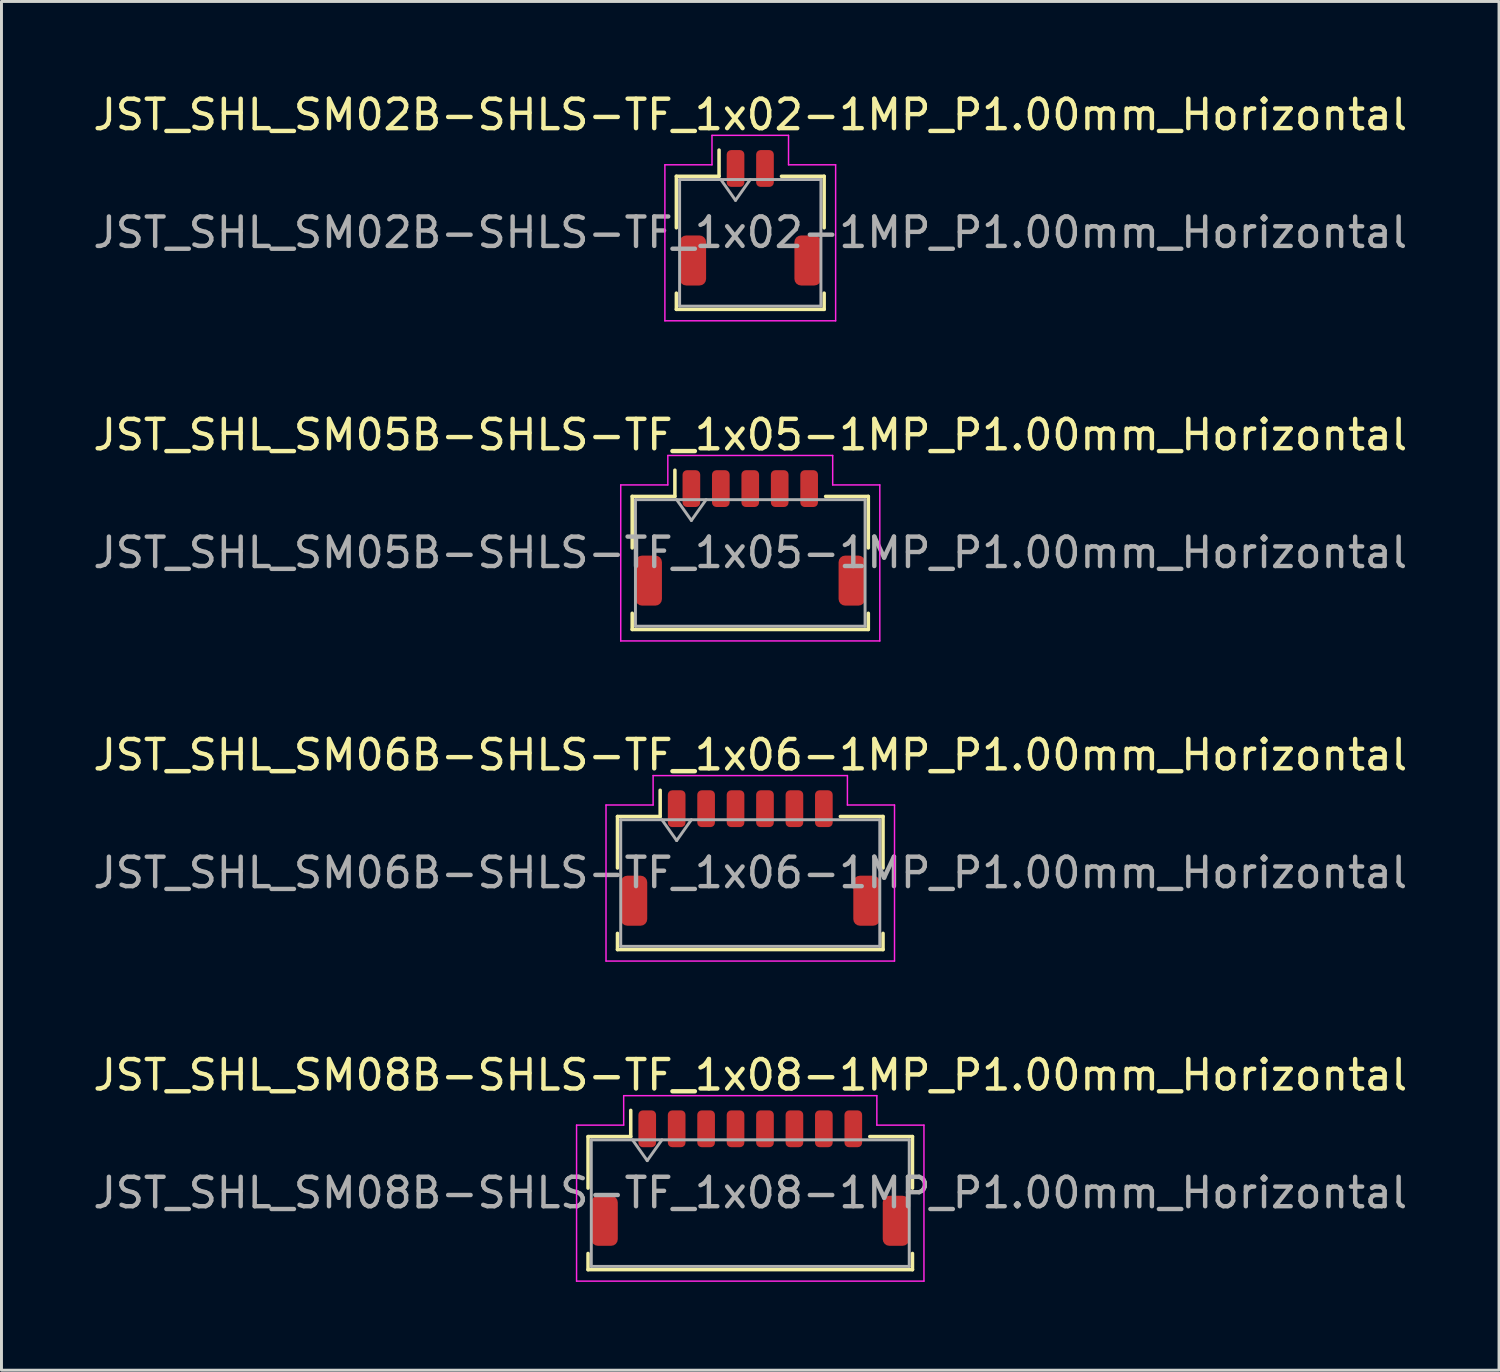
<source format=kicad_pcb>
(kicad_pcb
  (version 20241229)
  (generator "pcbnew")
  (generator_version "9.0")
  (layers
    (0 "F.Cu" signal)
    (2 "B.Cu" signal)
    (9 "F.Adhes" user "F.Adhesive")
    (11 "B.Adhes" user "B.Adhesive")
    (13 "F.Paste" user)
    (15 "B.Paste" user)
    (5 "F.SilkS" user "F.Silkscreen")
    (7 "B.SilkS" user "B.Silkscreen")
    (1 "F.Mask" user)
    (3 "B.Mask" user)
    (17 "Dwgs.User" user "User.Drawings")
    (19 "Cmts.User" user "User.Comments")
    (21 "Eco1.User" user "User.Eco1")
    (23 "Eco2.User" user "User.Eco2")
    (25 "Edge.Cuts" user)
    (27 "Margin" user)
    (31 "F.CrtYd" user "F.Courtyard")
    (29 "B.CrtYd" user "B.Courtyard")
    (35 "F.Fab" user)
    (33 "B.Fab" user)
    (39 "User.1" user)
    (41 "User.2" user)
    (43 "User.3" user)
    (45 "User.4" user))
  (footprint "JST_SHL_SM05B-SHLS-TF_1x05-1MP_P1.00mm_Horizontal"
    (layer "F.Cu")
    (at 22.435 15.222)
    (property "Reference" "JST_SHL_SM05B-SHLS-TF_1x05-1MP_P1.00mm_Horizontal" (at 0 -3.5 0) (layer "F.SilkS") (effects (font (size 1 1) (thickness 0.15))))
    (attr smd)
    (fp_line (start -4.01 -1.41) (end -2.56 -1.41) (stroke (width 0.12) (type solid)) (layer "F.SilkS"))
    (fp_line (start -4.01 0.34) (end -4.01 -1.41) (stroke (width 0.12) (type solid)) (layer "F.SilkS"))
    (fp_line (start -4.01 2.56) (end -4.01 3.11) (stroke (width 0.12) (type solid)) (layer "F.SilkS"))
    (fp_line (start -4.01 3.11) (end 4.01 3.11) (stroke (width 0.12) (type solid)) (layer "F.SilkS"))
    (fp_line (start -2.56 -1.41) (end -2.56 -2.3) (stroke (width 0.12) (type solid)) (layer "F.SilkS"))
    (fp_line (start 4.01 -1.41) (end 2.56 -1.41) (stroke (width 0.12) (type solid)) (layer "F.SilkS"))
    (fp_line (start 4.01 0.34) (end 4.01 -1.41) (stroke (width 0.12) (type solid)) (layer "F.SilkS"))
    (fp_line (start 4.01 3.11) (end 4.01 2.56) (stroke (width 0.12) (type solid)) (layer "F.SilkS"))
    (fp_line (start -4.4 -1.8) (end -2.8 -1.8) (stroke (width 0.05) (type solid)) (layer "F.CrtYd"))
    (fp_line (start -4.4 3.5) (end -4.4 -1.8) (stroke (width 0.05) (type solid)) (layer "F.CrtYd"))
    (fp_line (start -2.8 -2.8) (end 2.8 -2.8) (stroke (width 0.05) (type solid)) (layer "F.CrtYd"))
    (fp_line (start -2.8 -1.8) (end -2.8 -2.8) (stroke (width 0.05) (type solid)) (layer "F.CrtYd"))
    (fp_line (start 2.8 -2.8) (end 2.8 -1.8) (stroke (width 0.05) (type solid)) (layer "F.CrtYd"))
    (fp_line (start 2.8 -1.8) (end 4.4 -1.8) (stroke (width 0.05) (type solid)) (layer "F.CrtYd"))
    (fp_line (start 4.4 -1.8) (end 4.4 3.5) (stroke (width 0.05) (type solid)) (layer "F.CrtYd"))
    (fp_line (start 4.4 3.5) (end -4.4 3.5) (stroke (width 0.05) (type solid)) (layer "F.CrtYd"))
    (fp_line (start -3.9 -1.3) (end -3.9 3) (stroke (width 0.1) (type solid)) (layer "F.Fab"))
    (fp_line (start -3.9 -1.3) (end 3.9 -1.3) (stroke (width 0.1) (type solid)) (layer "F.Fab"))
    (fp_line (start -3.9 3) (end 3.9 3) (stroke (width 0.1) (type solid)) (layer "F.Fab"))
    (fp_line (start -2.5 -1.3) (end -2 -0.593) (stroke (width 0.1) (type solid)) (layer "F.Fab"))
    (fp_line (start -2 -0.593) (end -1.5 -1.3) (stroke (width 0.1) (type solid)) (layer "F.Fab"))
    (fp_line (start 3.9 -1.3) (end 3.9 3) (stroke (width 0.1) (type solid)) (layer "F.Fab"))
    (fp_text user "${REFERENCE}" (at 0 0.5 0) (layer "F.Fab") (effects (font (size 1 1) (thickness 0.15))))
    (pad "1" smd roundrect (at -2 -1.675) (size 0.6 1.25) (layers "F.Cu" "F.Mask" "F.Paste") (roundrect_rratio 0.25))
    (pad "2" smd roundrect (at -1 -1.675) (size 0.6 1.25) (layers "F.Cu" "F.Mask" "F.Paste") (roundrect_rratio 0.25))
    (pad "3" smd roundrect (at 0 -1.675) (size 0.6 1.25) (layers "F.Cu" "F.Mask" "F.Paste") (roundrect_rratio 0.25))
    (pad "4" smd roundrect (at 1 -1.675) (size 0.6 1.25) (layers "F.Cu" "F.Mask" "F.Paste") (roundrect_rratio 0.25))
    (pad "5" smd roundrect (at 2 -1.675) (size 0.6 1.25) (layers "F.Cu" "F.Mask" "F.Paste") (roundrect_rratio 0.25))
    (pad "MP" smd roundrect (at -3.45 1.45) (size 0.9 1.7) (layers "F.Cu" "F.Mask" "F.Paste") (roundrect_rratio 0.25))
    (pad "MP" smd roundrect (at 3.45 1.45) (size 0.9 1.7) (layers "F.Cu" "F.Mask" "F.Paste") (roundrect_rratio 0.25)))
  (footprint "JST_SHL_SM08B-SHLS-TF_1x08-1MP_P1.00mm_Horizontal"
    (layer "F.Cu")
    (at 22.435 36.968)
    (property "Reference" "JST_SHL_SM08B-SHLS-TF_1x08-1MP_P1.00mm_Horizontal" (at 0 -3.5 0) (layer "F.SilkS") (effects (font (size 1 1) (thickness 0.15))))
    (attr smd)
    (fp_line (start -5.51 -1.41) (end -4.06 -1.41) (stroke (width 0.12) (type solid)) (layer "F.SilkS"))
    (fp_line (start -5.51 0.34) (end -5.51 -1.41) (stroke (width 0.12) (type solid)) (layer "F.SilkS"))
    (fp_line (start -5.51 2.56) (end -5.51 3.11) (stroke (width 0.12) (type solid)) (layer "F.SilkS"))
    (fp_line (start -5.51 3.11) (end 5.51 3.11) (stroke (width 0.12) (type solid)) (layer "F.SilkS"))
    (fp_line (start -4.06 -1.41) (end -4.06 -2.3) (stroke (width 0.12) (type solid)) (layer "F.SilkS"))
    (fp_line (start 5.51 -1.41) (end 4.06 -1.41) (stroke (width 0.12) (type solid)) (layer "F.SilkS"))
    (fp_line (start 5.51 0.34) (end 5.51 -1.41) (stroke (width 0.12) (type solid)) (layer "F.SilkS"))
    (fp_line (start 5.51 3.11) (end 5.51 2.56) (stroke (width 0.12) (type solid)) (layer "F.SilkS"))
    (fp_line (start -5.9 -1.8) (end -4.3 -1.8) (stroke (width 0.05) (type solid)) (layer "F.CrtYd"))
    (fp_line (start -5.9 3.5) (end -5.9 -1.8) (stroke (width 0.05) (type solid)) (layer "F.CrtYd"))
    (fp_line (start -4.3 -2.8) (end 4.3 -2.8) (stroke (width 0.05) (type solid)) (layer "F.CrtYd"))
    (fp_line (start -4.3 -1.8) (end -4.3 -2.8) (stroke (width 0.05) (type solid)) (layer "F.CrtYd"))
    (fp_line (start 4.3 -2.8) (end 4.3 -1.8) (stroke (width 0.05) (type solid)) (layer "F.CrtYd"))
    (fp_line (start 4.3 -1.8) (end 5.9 -1.8) (stroke (width 0.05) (type solid)) (layer "F.CrtYd"))
    (fp_line (start 5.9 -1.8) (end 5.9 3.5) (stroke (width 0.05) (type solid)) (layer "F.CrtYd"))
    (fp_line (start 5.9 3.5) (end -5.9 3.5) (stroke (width 0.05) (type solid)) (layer "F.CrtYd"))
    (fp_line (start -5.4 -1.3) (end -5.4 3) (stroke (width 0.1) (type solid)) (layer "F.Fab"))
    (fp_line (start -5.4 -1.3) (end 5.4 -1.3) (stroke (width 0.1) (type solid)) (layer "F.Fab"))
    (fp_line (start -5.4 3) (end 5.4 3) (stroke (width 0.1) (type solid)) (layer "F.Fab"))
    (fp_line (start -4 -1.3) (end -3.5 -0.593) (stroke (width 0.1) (type solid)) (layer "F.Fab"))
    (fp_line (start -3.5 -0.593) (end -3 -1.3) (stroke (width 0.1) (type solid)) (layer "F.Fab"))
    (fp_line (start 5.4 -1.3) (end 5.4 3) (stroke (width 0.1) (type solid)) (layer "F.Fab"))
    (fp_text user "${REFERENCE}" (at 0 0.5 0) (layer "F.Fab") (effects (font (size 1 1) (thickness 0.15))))
    (pad "1" smd roundrect (at -3.5 -1.675) (size 0.6 1.25) (layers "F.Cu" "F.Mask" "F.Paste") (roundrect_rratio 0.25))
    (pad "2" smd roundrect (at -2.5 -1.675) (size 0.6 1.25) (layers "F.Cu" "F.Mask" "F.Paste") (roundrect_rratio 0.25))
    (pad "3" smd roundrect (at -1.5 -1.675) (size 0.6 1.25) (layers "F.Cu" "F.Mask" "F.Paste") (roundrect_rratio 0.25))
    (pad "4" smd roundrect (at -0.5 -1.675) (size 0.6 1.25) (layers "F.Cu" "F.Mask" "F.Paste") (roundrect_rratio 0.25))
    (pad "5" smd roundrect (at 0.5 -1.675) (size 0.6 1.25) (layers "F.Cu" "F.Mask" "F.Paste") (roundrect_rratio 0.25))
    (pad "6" smd roundrect (at 1.5 -1.675) (size 0.6 1.25) (layers "F.Cu" "F.Mask" "F.Paste") (roundrect_rratio 0.25))
    (pad "7" smd roundrect (at 2.5 -1.675) (size 0.6 1.25) (layers "F.Cu" "F.Mask" "F.Paste") (roundrect_rratio 0.25))
    (pad "8" smd roundrect (at 3.5 -1.675) (size 0.6 1.25) (layers "F.Cu" "F.Mask" "F.Paste") (roundrect_rratio 0.25))
    (pad "MP" smd roundrect (at -4.95 1.45) (size 0.9 1.7) (layers "F.Cu" "F.Mask" "F.Paste") (roundrect_rratio 0.25))
    (pad "MP" smd roundrect (at 4.95 1.45) (size 0.9 1.7) (layers "F.Cu" "F.Mask" "F.Paste") (roundrect_rratio 0.25)))
  (footprint "JST_SHL_SM02B-SHLS-TF_1x02-1MP_P1.00mm_Horizontal"
    (layer "F.Cu")
    (at 22.435 4.348)
    (property "Reference" "JST_SHL_SM02B-SHLS-TF_1x02-1MP_P1.00mm_Horizontal" (at 0 -3.5 0) (layer "F.SilkS") (effects (font (size 1 1) (thickness 0.15))))
    (attr smd)
    (fp_line (start -2.51 -1.41) (end -1.06 -1.41) (stroke (width 0.12) (type solid)) (layer "F.SilkS"))
    (fp_line (start -2.51 0.34) (end -2.51 -1.41) (stroke (width 0.12) (type solid)) (layer "F.SilkS"))
    (fp_line (start -2.51 2.56) (end -2.51 3.11) (stroke (width 0.12) (type solid)) (layer "F.SilkS"))
    (fp_line (start -2.51 3.11) (end 2.51 3.11) (stroke (width 0.12) (type solid)) (layer "F.SilkS"))
    (fp_line (start -1.06 -1.41) (end -1.06 -2.3) (stroke (width 0.12) (type solid)) (layer "F.SilkS"))
    (fp_line (start 2.51 -1.41) (end 1.06 -1.41) (stroke (width 0.12) (type solid)) (layer "F.SilkS"))
    (fp_line (start 2.51 0.34) (end 2.51 -1.41) (stroke (width 0.12) (type solid)) (layer "F.SilkS"))
    (fp_line (start 2.51 3.11) (end 2.51 2.56) (stroke (width 0.12) (type solid)) (layer "F.SilkS"))
    (fp_line (start -2.9 -1.8) (end -1.3 -1.8) (stroke (width 0.05) (type solid)) (layer "F.CrtYd"))
    (fp_line (start -2.9 3.5) (end -2.9 -1.8) (stroke (width 0.05) (type solid)) (layer "F.CrtYd"))
    (fp_line (start -1.3 -2.8) (end 1.3 -2.8) (stroke (width 0.05) (type solid)) (layer "F.CrtYd"))
    (fp_line (start -1.3 -1.8) (end -1.3 -2.8) (stroke (width 0.05) (type solid)) (layer "F.CrtYd"))
    (fp_line (start 1.3 -2.8) (end 1.3 -1.8) (stroke (width 0.05) (type solid)) (layer "F.CrtYd"))
    (fp_line (start 1.3 -1.8) (end 2.9 -1.8) (stroke (width 0.05) (type solid)) (layer "F.CrtYd"))
    (fp_line (start 2.9 -1.8) (end 2.9 3.5) (stroke (width 0.05) (type solid)) (layer "F.CrtYd"))
    (fp_line (start 2.9 3.5) (end -2.9 3.5) (stroke (width 0.05) (type solid)) (layer "F.CrtYd"))
    (fp_line (start -2.4 -1.3) (end -2.4 3) (stroke (width 0.1) (type solid)) (layer "F.Fab"))
    (fp_line (start -2.4 -1.3) (end 2.4 -1.3) (stroke (width 0.1) (type solid)) (layer "F.Fab"))
    (fp_line (start -2.4 3) (end 2.4 3) (stroke (width 0.1) (type solid)) (layer "F.Fab"))
    (fp_line (start -1 -1.3) (end -0.5 -0.593) (stroke (width 0.1) (type solid)) (layer "F.Fab"))
    (fp_line (start -0.5 -0.593) (end 0 -1.3) (stroke (width 0.1) (type solid)) (layer "F.Fab"))
    (fp_line (start 2.4 -1.3) (end 2.4 3) (stroke (width 0.1) (type solid)) (layer "F.Fab"))
    (fp_text user "${REFERENCE}" (at 0 0.5 0) (layer "F.Fab") (effects (font (size 1 1) (thickness 0.15))))
    (pad "1" smd roundrect (at -0.5 -1.675) (size 0.6 1.25) (layers "F.Cu" "F.Mask" "F.Paste") (roundrect_rratio 0.25))
    (pad "2" smd roundrect (at 0.5 -1.675) (size 0.6 1.25) (layers "F.Cu" "F.Mask" "F.Paste") (roundrect_rratio 0.25))
    (pad "MP" smd roundrect (at -1.95 1.45) (size 0.9 1.7) (layers "F.Cu" "F.Mask" "F.Paste") (roundrect_rratio 0.25))
    (pad "MP" smd roundrect (at 1.95 1.45) (size 0.9 1.7) (layers "F.Cu" "F.Mask" "F.Paste") (roundrect_rratio 0.25)))
  (footprint "JST_SHL_SM06B-SHLS-TF_1x06-1MP_P1.00mm_Horizontal"
    (layer "F.Cu")
    (at 22.435 26.095)
    (property "Reference" "JST_SHL_SM06B-SHLS-TF_1x06-1MP_P1.00mm_Horizontal" (at 0 -3.5 0) (layer "F.SilkS") (effects (font (size 1 1) (thickness 0.15))))
    (attr smd)
    (fp_line (start -4.51 -1.41) (end -3.06 -1.41) (stroke (width 0.12) (type solid)) (layer "F.SilkS"))
    (fp_line (start -4.51 0.34) (end -4.51 -1.41) (stroke (width 0.12) (type solid)) (layer "F.SilkS"))
    (fp_line (start -4.51 2.56) (end -4.51 3.11) (stroke (width 0.12) (type solid)) (layer "F.SilkS"))
    (fp_line (start -4.51 3.11) (end 4.51 3.11) (stroke (width 0.12) (type solid)) (layer "F.SilkS"))
    (fp_line (start -3.06 -1.41) (end -3.06 -2.3) (stroke (width 0.12) (type solid)) (layer "F.SilkS"))
    (fp_line (start 4.51 -1.41) (end 3.06 -1.41) (stroke (width 0.12) (type solid)) (layer "F.SilkS"))
    (fp_line (start 4.51 0.34) (end 4.51 -1.41) (stroke (width 0.12) (type solid)) (layer "F.SilkS"))
    (fp_line (start 4.51 3.11) (end 4.51 2.56) (stroke (width 0.12) (type solid)) (layer "F.SilkS"))
    (fp_line (start -4.9 -1.8) (end -3.3 -1.8) (stroke (width 0.05) (type solid)) (layer "F.CrtYd"))
    (fp_line (start -4.9 3.5) (end -4.9 -1.8) (stroke (width 0.05) (type solid)) (layer "F.CrtYd"))
    (fp_line (start -3.3 -2.8) (end 3.3 -2.8) (stroke (width 0.05) (type solid)) (layer "F.CrtYd"))
    (fp_line (start -3.3 -1.8) (end -3.3 -2.8) (stroke (width 0.05) (type solid)) (layer "F.CrtYd"))
    (fp_line (start 3.3 -2.8) (end 3.3 -1.8) (stroke (width 0.05) (type solid)) (layer "F.CrtYd"))
    (fp_line (start 3.3 -1.8) (end 4.9 -1.8) (stroke (width 0.05) (type solid)) (layer "F.CrtYd"))
    (fp_line (start 4.9 -1.8) (end 4.9 3.5) (stroke (width 0.05) (type solid)) (layer "F.CrtYd"))
    (fp_line (start 4.9 3.5) (end -4.9 3.5) (stroke (width 0.05) (type solid)) (layer "F.CrtYd"))
    (fp_line (start -4.4 -1.3) (end -4.4 3) (stroke (width 0.1) (type solid)) (layer "F.Fab"))
    (fp_line (start -4.4 -1.3) (end 4.4 -1.3) (stroke (width 0.1) (type solid)) (layer "F.Fab"))
    (fp_line (start -4.4 3) (end 4.4 3) (stroke (width 0.1) (type solid)) (layer "F.Fab"))
    (fp_line (start -3 -1.3) (end -2.5 -0.593) (stroke (width 0.1) (type solid)) (layer "F.Fab"))
    (fp_line (start -2.5 -0.593) (end -2 -1.3) (stroke (width 0.1) (type solid)) (layer "F.Fab"))
    (fp_line (start 4.4 -1.3) (end 4.4 3) (stroke (width 0.1) (type solid)) (layer "F.Fab"))
    (fp_text user "${REFERENCE}" (at 0 0.5 0) (layer "F.Fab") (effects (font (size 1 1) (thickness 0.15))))
    (pad "1" smd roundrect (at -2.5 -1.675) (size 0.6 1.25) (layers "F.Cu" "F.Mask" "F.Paste") (roundrect_rratio 0.25))
    (pad "2" smd roundrect (at -1.5 -1.675) (size 0.6 1.25) (layers "F.Cu" "F.Mask" "F.Paste") (roundrect_rratio 0.25))
    (pad "3" smd roundrect (at -0.5 -1.675) (size 0.6 1.25) (layers "F.Cu" "F.Mask" "F.Paste") (roundrect_rratio 0.25))
    (pad "4" smd roundrect (at 0.5 -1.675) (size 0.6 1.25) (layers "F.Cu" "F.Mask" "F.Paste") (roundrect_rratio 0.25))
    (pad "5" smd roundrect (at 1.5 -1.675) (size 0.6 1.25) (layers "F.Cu" "F.Mask" "F.Paste") (roundrect_rratio 0.25))
    (pad "6" smd roundrect (at 2.5 -1.675) (size 0.6 1.25) (layers "F.Cu" "F.Mask" "F.Paste") (roundrect_rratio 0.25))
    (pad "MP" smd roundrect (at -3.95 1.45) (size 0.9 1.7) (layers "F.Cu" "F.Mask" "F.Paste") (roundrect_rratio 0.25))
    (pad "MP" smd roundrect (at 3.95 1.45) (size 0.9 1.7) (layers "F.Cu" "F.Mask" "F.Paste") (roundrect_rratio 0.25)))
  (gr_rect
    (start -3 -3)
    (end 47.869 43.493)
    (stroke (width 0.1) (type default))
    (fill no)
    (layer "Edge.Cuts")))
</source>
